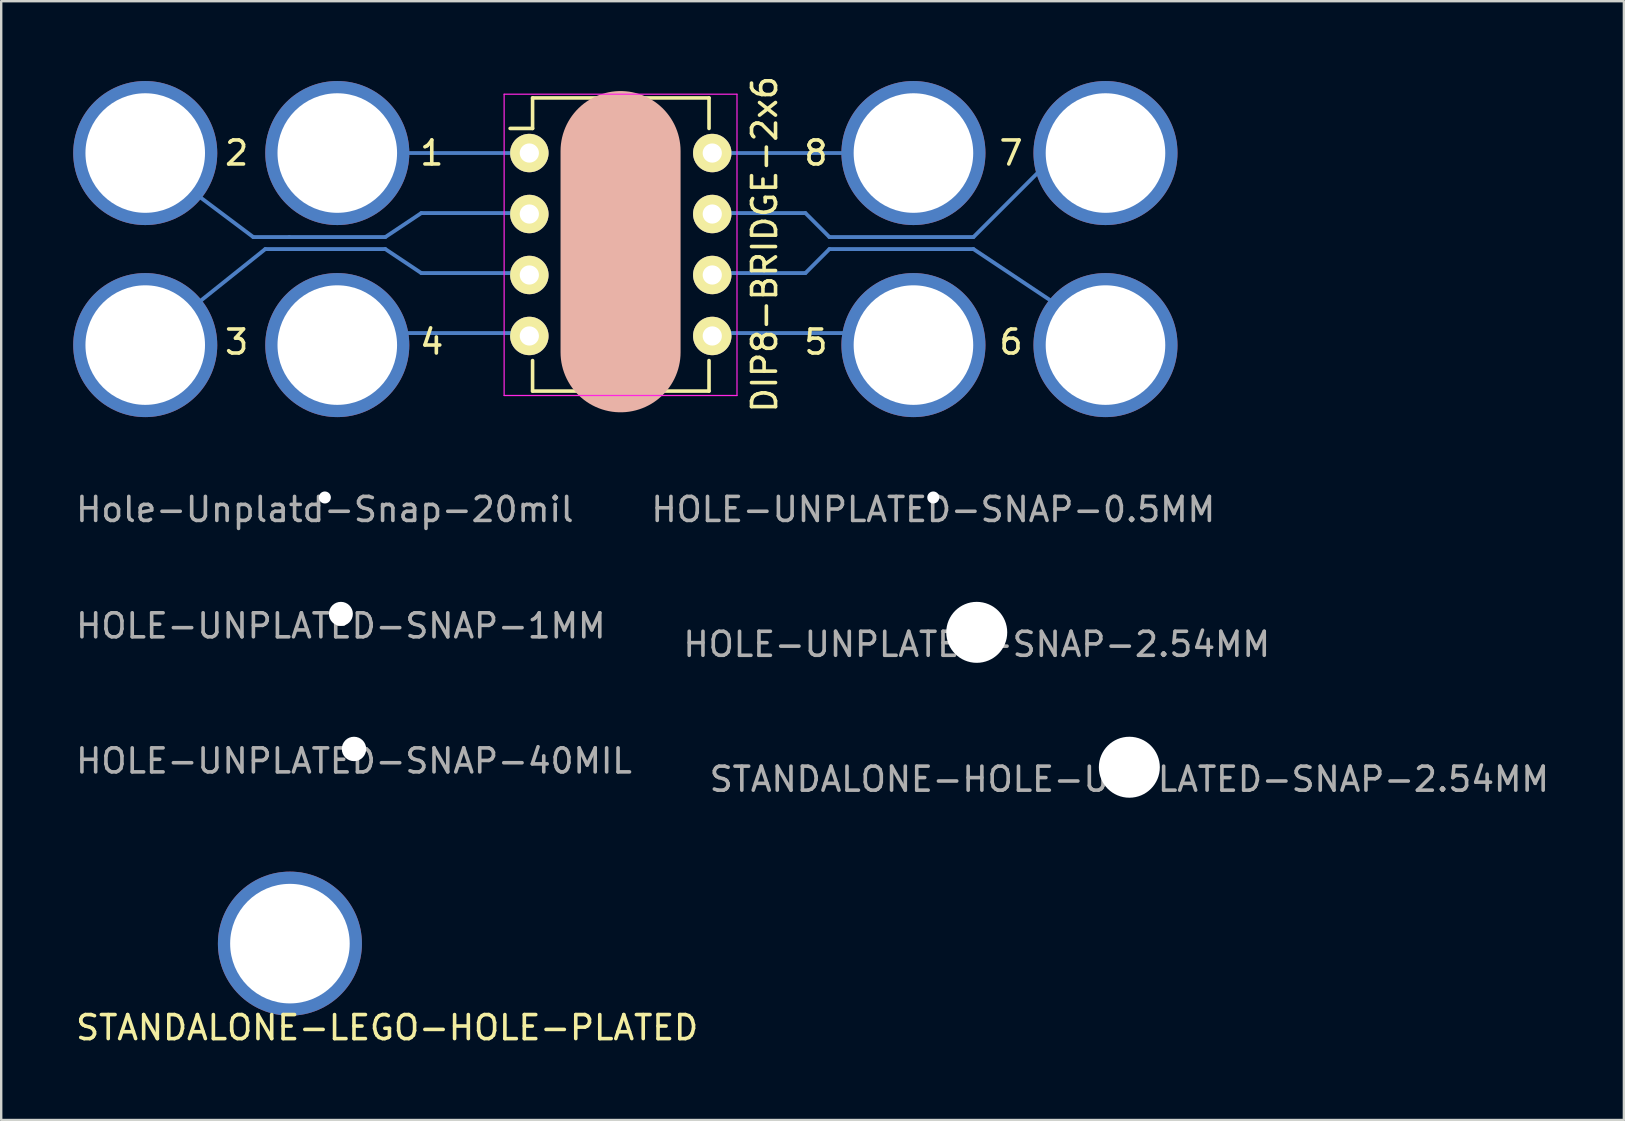
<source format=kicad_pcb>
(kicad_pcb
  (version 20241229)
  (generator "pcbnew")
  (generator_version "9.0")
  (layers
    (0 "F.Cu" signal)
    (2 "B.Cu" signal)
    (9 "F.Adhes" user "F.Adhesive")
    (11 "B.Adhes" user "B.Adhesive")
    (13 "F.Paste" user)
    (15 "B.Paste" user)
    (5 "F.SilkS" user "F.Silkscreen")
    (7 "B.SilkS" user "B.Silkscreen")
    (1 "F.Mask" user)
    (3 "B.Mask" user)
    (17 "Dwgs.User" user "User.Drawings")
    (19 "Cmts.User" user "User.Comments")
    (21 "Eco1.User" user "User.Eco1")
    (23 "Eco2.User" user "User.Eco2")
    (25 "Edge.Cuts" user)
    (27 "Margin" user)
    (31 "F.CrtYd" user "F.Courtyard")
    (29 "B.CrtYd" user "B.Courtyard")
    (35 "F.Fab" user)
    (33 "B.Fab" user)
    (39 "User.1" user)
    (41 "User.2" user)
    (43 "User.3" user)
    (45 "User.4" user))
  (footprint "HOLE-UNPLATED-SNAP-40MIL"
    (layer "F.Cu")
    (at 11.696 28.148)
    (property "Reference" "HOLE-UNPLATED-SNAP-40MIL" (at 0 0.5 0) (layer "F.Fab") (effects (font (size 1 1) (thickness 0.15))))
    (attr through_hole)
    (pad "" np_thru_hole circle (at 0 0) (size 1.016 1.016) (drill 1.016) (layers "*.Cu")))
  (footprint "HOLE-UNPLATED-SNAP-2.54MM"
    (layer "F.Cu")
    (at 37.637 23.291)
    (property "Reference" "HOLE-UNPLATED-SNAP-2.54MM" (at 0 0.5 0) (layer "F.Fab") (effects (font (size 1 1) (thickness 0.15))))
    (attr through_hole)
    (pad "" np_thru_hole circle (at 0 0) (size 2.54 2.54) (drill 2.54) (layers "*.Cu")))
  (footprint "Hole-Unplatd-Snap-20mil"
    (layer "F.Cu")
    (at 10.482 17.673)
    (property "Reference" "Hole-Unplatd-Snap-20mil" (at 0 0.5 0) (layer "F.Fab") (effects (font (size 1 1) (thickness 0.15))))
    (attr through_hole)
    (pad "" np_thru_hole circle (at 0 0) (size 0.5 0.5) (drill 0.5) (layers "*.Cu")))
  (footprint "HOLE-UNPLATED-SNAP-1MM"
    (layer "F.Cu")
    (at 11.149 22.521)
    (property "Reference" "HOLE-UNPLATED-SNAP-1MM" (at 0 0.5 0) (layer "F.Fab") (effects (font (size 1 1) (thickness 0.15))))
    (attr through_hole)
    (pad "" np_thru_hole circle (at 0 0) (size 1 1) (drill 1) (layers "*.Cu")))
  (footprint "HOLE-UNPLATED-SNAP-0.5MM"
    (layer "F.Cu")
    (at 35.827 17.673)
    (property "Reference" "HOLE-UNPLATED-SNAP-0.5MM" (at 0 0.5 0) (layer "F.Fab") (effects (font (size 1 1) (thickness 0.15))))
    (attr through_hole)
    (pad "" np_thru_hole circle (at 0 0) (size 0.5 0.5) (drill 0.5) (layers "*.Cu")))
  (footprint "DIP8-BRIDGE-2x6"
    (layer "F.Cu")
    (at 19 3.325)
    (property "Reference" "DIP8-BRIDGE-2x6" (at 9.8 3.8 90) (layer "F.SilkS") (effects (font (size 1 1) (thickness 0.15))))
    (attr through_hole)
    (fp_line (start -11.5 3.5) (end -15.5 0.5) (stroke (width 0.16) (type solid)) (layer "B.Cu"))
    (fp_line (start -11 4) (end -16 8) (stroke (width 0.16) (type solid)) (layer "B.Cu"))
    (fp_line (start -10 3.5) (end -11.5 3.5) (stroke (width 0.16) (type solid)) (layer "B.Cu"))
    (fp_line (start -6 3.5) (end -10 3.5) (stroke (width 0.16) (type solid)) (layer "B.Cu"))
    (fp_line (start -6 4) (end -11 4) (stroke (width 0.16) (type solid)) (layer "B.Cu"))
    (fp_line (start -4.5 2.5) (end -6 3.5) (stroke (width 0.16) (type solid)) (layer "B.Cu"))
    (fp_line (start -4.5 5) (end -6 4) (stroke (width 0.16) (type solid)) (layer "B.Cu"))
    (fp_line (start 0 0) (end -8 0) (stroke (width 0.16) (type solid)) (layer "B.Cu"))
    (fp_line (start 0 2.5) (end -4.5 2.5) (stroke (width 0.16) (type solid)) (layer "B.Cu"))
    (fp_line (start 0 5) (end -4.5 5) (stroke (width 0.16) (type solid)) (layer "B.Cu"))
    (fp_line (start 0 7.5) (end -8 7.5) (stroke (width 0.16) (type solid)) (layer "B.Cu"))
    (fp_line (start 7.5 0) (end 16 0) (stroke (width 0.16) (type solid)) (layer "B.Cu"))
    (fp_line (start 7.5 5) (end 11.5 5) (stroke (width 0.16) (type solid)) (layer "B.Cu"))
    (fp_line (start 7.5 7.5) (end 15.5 7.5) (stroke (width 0.16) (type solid)) (layer "B.Cu"))
    (fp_line (start 8 2.5) (end 11.5 2.5) (stroke (width 0.16) (type solid)) (layer "B.Cu"))
    (fp_line (start 11.5 2.5) (end 12.5 3.5) (stroke (width 0.16) (type solid)) (layer "B.Cu"))
    (fp_line (start 11.5 5) (end 12.5 4) (stroke (width 0.16) (type solid)) (layer "B.Cu"))
    (fp_line (start 12.5 3.5) (end 18.5 3.5) (stroke (width 0.16) (type solid)) (layer "B.Cu"))
    (fp_line (start 12.5 4) (end 18.5 4) (stroke (width 0.16) (type solid)) (layer "B.Cu"))
    (fp_line (start 18.5 3.5) (end 22.5 -0.5) (stroke (width 0.16) (type solid)) (layer "B.Cu"))
    (fp_line (start 18.5 4) (end 23 7) (stroke (width 0.16) (type solid)) (layer "B.Cu"))
    (fp_line (start 0.135 -2.295) (end 0.135 -1.025) (stroke (width 0.15) (type solid)) (layer "F.SilkS"))
    (fp_line (start 0.135 -2.295) (end 7.485 -2.295) (stroke (width 0.15) (type solid)) (layer "F.SilkS"))
    (fp_line (start 0.135 -1.025) (end -0.8 -1.025) (stroke (width 0.15) (type solid)) (layer "F.SilkS"))
    (fp_line (start 0.135 9.915) (end 0.135 8.645) (stroke (width 0.15) (type solid)) (layer "F.SilkS"))
    (fp_line (start 0.135 9.915) (end 7.485 9.915) (stroke (width 0.15) (type solid)) (layer "F.SilkS"))
    (fp_line (start 7.485 -2.295) (end 7.485 -1.025) (stroke (width 0.15) (type solid)) (layer "F.SilkS"))
    (fp_line (start 7.485 9.915) (end 7.485 8.645) (stroke (width 0.15) (type solid)) (layer "F.SilkS"))
    (fp_line (start 3.8 -0.082) (end 3.8 8.3) (stroke (width 5) (type solid)) (layer "B.SilkS"))
    (fp_line (start -1.05 -2.45) (end -1.05 10.1) (stroke (width 0.05) (type solid)) (layer "F.CrtYd"))
    (fp_line (start -1.05 -2.45) (end 8.65 -2.45) (stroke (width 0.05) (type solid)) (layer "F.CrtYd"))
    (fp_line (start -1.05 10.1) (end 8.65 10.1) (stroke (width 0.05) (type solid)) (layer "F.CrtYd"))
    (fp_line (start 8.65 -2.45) (end 8.65 10.1) (stroke (width 0.05) (type solid)) (layer "F.CrtYd"))
    (fp_text user "6" (at 20.066 7.874 0) (layer "F.SilkS") (effects (font (size 1 1) (thickness 0.15))))
    (fp_text user "8" (at 11.938 0 0) (layer "F.SilkS") (effects (font (size 1 1) (thickness 0.15))))
    (fp_text user "3" (at -12.192 7.874 0) (layer "F.SilkS") (effects (font (size 1 1) (thickness 0.15))))
    (fp_text user "1" (at -4.064 0 0) (layer "F.SilkS") (effects (font (size 1 1) (thickness 0.15))))
    (fp_text user "4" (at -4.064 7.874 0) (layer "F.SilkS") (effects (font (size 1 1) (thickness 0.15))))
    (fp_text user "7" (at 20.066 0 0) (layer "F.SilkS") (effects (font (size 1 1) (thickness 0.15))))
    (fp_text user "5" (at 11.938 7.874 0) (layer "F.SilkS") (effects (font (size 1 1) (thickness 0.15))))
    (fp_text user "2" (at -12.192 0 0) (layer "F.SilkS") (effects (font (size 1 1) (thickness 0.15))))
    (pad "1" thru_hole circle (at -8 0) (size 6 6) (drill 4.98) (layers "*.Cu" "*.Mask"))
    (pad "1" thru_hole oval (at 0 0) (size 1.6 1.6) (drill 0.8) (layers "*.Cu" "*.Mask" "F.SilkS"))
    (pad "2" thru_hole circle (at -16 0) (size 6 6) (drill 4.98) (layers "*.Cu" "*.Mask"))
    (pad "2" thru_hole oval (at 0 2.54) (size 1.6 1.6) (drill 0.8) (layers "*.Cu" "*.Mask" "F.SilkS"))
    (pad "3" thru_hole circle (at -16 8) (size 6 6) (drill 4.98) (layers "*.Cu" "*.Mask"))
    (pad "3" thru_hole oval (at 0 5.08) (size 1.6 1.6) (drill 0.8) (layers "*.Cu" "*.Mask" "F.SilkS"))
    (pad "4" thru_hole circle (at -8 8) (size 6 6) (drill 4.98) (layers "*.Cu" "*.Mask"))
    (pad "4" thru_hole oval (at 0 7.62) (size 1.6 1.6) (drill 0.8) (layers "*.Cu" "*.Mask" "F.SilkS"))
    (pad "5" thru_hole oval (at 7.62 7.62) (size 1.6 1.6) (drill 0.8) (layers "*.Cu" "*.Mask" "F.SilkS"))
    (pad "5" thru_hole circle (at 16 8) (size 6 6) (drill 4.98) (layers "*.Cu" "*.Mask"))
    (pad "6" thru_hole oval (at 7.62 5.08) (size 1.6 1.6) (drill 0.8) (layers "*.Cu" "*.Mask" "F.SilkS"))
    (pad "6" thru_hole circle (at 24 8) (size 6 6) (drill 4.98) (layers "*.Cu" "*.Mask"))
    (pad "7" thru_hole oval (at 7.62 2.54) (size 1.6 1.6) (drill 0.8) (layers "*.Cu" "*.Mask" "F.SilkS"))
    (pad "7" thru_hole circle (at 24 0) (size 6 6) (drill 4.98) (layers "*.Cu" "*.Mask"))
    (pad "8" thru_hole oval (at 7.62 0) (size 1.6 1.6) (drill 0.8) (layers "*.Cu" "*.Mask" "F.SilkS"))
    (pad "8" thru_hole circle (at 16 0) (size 6 6) (drill 4.98) (layers "*.Cu" "*.Mask")))
  (footprint "STANDALONE-LEGO-HOLE-PLATED"
    (layer "F.Cu")
    (at 9.027 36.258)
    (property "Reference" "STANDALONE-LEGO-HOLE-PLATED" (at 4.05 3.5 0) (layer "F.SilkS") (effects (font (size 1 1) (thickness 0.15))))
    (attr through_hole)
    (pad "1" thru_hole circle (at 0 0) (size 6 6) (drill 4.98) (layers "*.Cu" "*.Mask")))
  (footprint "STANDALONE-HOLE-UNPLATED-SNAP-2.54MM"
    (layer "F.Cu")
    (at 43.994 28.91)
    (property "Reference" "STANDALONE-HOLE-UNPLATED-SNAP-2.54MM" (at 0 0.5 0) (layer "F.Fab") (effects (font (size 1 1) (thickness 0.15))))
    (attr through_hole)
    (pad "" np_thru_hole circle (at 0 0) (size 2.54 2.54) (drill 2.54) (layers "*.Cu")))
  (gr_rect
    (start -3 -3)
    (end 64.595 43.606)
    (stroke (width 0.1) (type default))
    (fill no)
    (layer "Edge.Cuts")))
</source>
